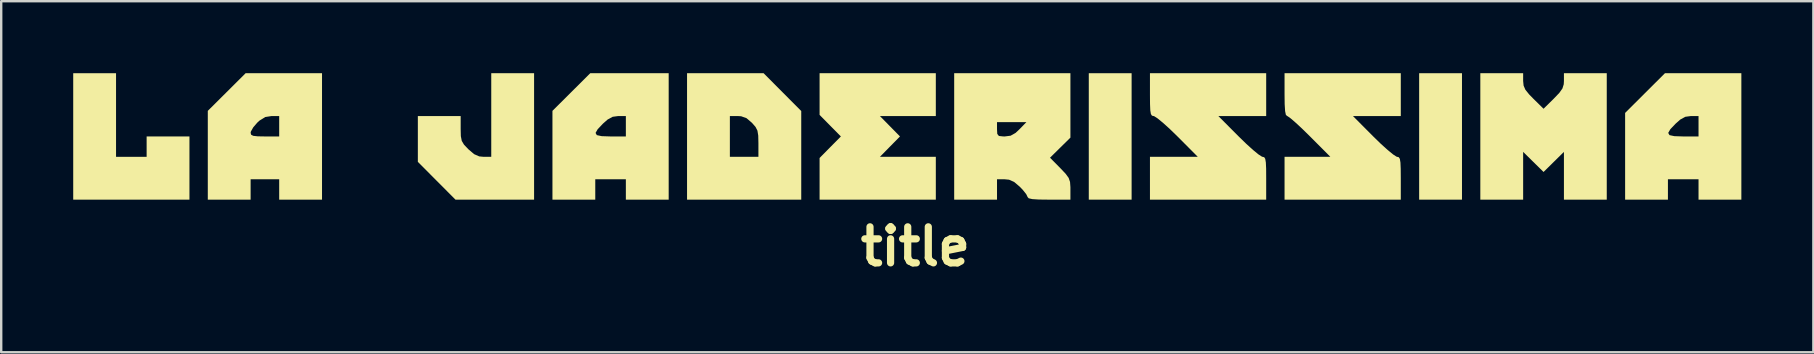
<source format=kicad_pcb>
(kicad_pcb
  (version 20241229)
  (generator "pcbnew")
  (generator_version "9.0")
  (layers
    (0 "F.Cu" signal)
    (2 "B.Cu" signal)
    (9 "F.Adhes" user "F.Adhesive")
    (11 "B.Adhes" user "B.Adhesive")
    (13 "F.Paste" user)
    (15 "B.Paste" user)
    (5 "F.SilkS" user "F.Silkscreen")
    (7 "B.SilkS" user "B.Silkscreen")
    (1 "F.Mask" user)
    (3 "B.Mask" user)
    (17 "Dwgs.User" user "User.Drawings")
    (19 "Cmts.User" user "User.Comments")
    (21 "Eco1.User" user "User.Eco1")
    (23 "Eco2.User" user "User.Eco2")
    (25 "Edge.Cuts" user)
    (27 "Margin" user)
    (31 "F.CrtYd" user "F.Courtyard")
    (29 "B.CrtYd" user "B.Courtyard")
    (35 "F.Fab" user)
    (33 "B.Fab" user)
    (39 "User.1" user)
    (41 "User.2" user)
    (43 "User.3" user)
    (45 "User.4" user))
  (footprint "title"
    (layer "F.Cu")
    (at 35.084 7.221)
    (property "Reference" "title" (at 0 0 0) (layer "F.SilkS") (effects (font (size 1.5 1.5) (thickness 0.3))))
    (attr board_only exclude_from_pos_files exclude_from_bom)
    (fp_poly (pts (xy 9.005 -4.587) (xy 9.005 -1.954) (xy 8.113 -1.954) (xy 7.221 -1.954) (xy 7.221 -4.587) (xy 7.221 -7.221) (xy 8.113 -7.221) (xy 9.005 -7.221)) (stroke (width 0) (type solid)) (fill yes) (layer "F.SilkS"))
    (fp_poly (pts (xy 22.767 -4.587) (xy 22.767 -1.954) (xy 21.875 -1.954) (xy 20.983 -1.954) (xy 20.983 -4.587) (xy 20.983 -7.221) (xy 21.875 -7.221) (xy 22.767 -7.221)) (stroke (width 0) (type solid)) (fill yes) (layer "F.SilkS"))
    (fp_poly (pts (xy -33.3 -5.479) (xy -33.3 -3.738) (xy -32.663 -3.738) (xy -32.026 -3.738) (xy -32.026 -4.163) (xy -32.026 -4.587) (xy -31.134 -4.587) (xy -30.242 -4.587) (xy -30.242 -3.271) (xy -30.242 -1.954) (xy -32.663 -1.954) (xy -35.084 -1.954) (xy -35.084 -4.587) (xy -35.084 -7.221) (xy -34.192 -7.221) (xy -33.3 -7.221)) (stroke (width 0) (type solid)) (fill yes) (layer "F.SilkS"))
    (fp_poly (pts (xy -15.886 -4.587) (xy -15.886 -1.954) (xy -17.523 -1.954) (xy -19.16 -1.954) (xy -19.944 -2.741) (xy -20.728 -3.529) (xy -20.728 -4.483) (xy -20.728 -5.437) (xy -19.836 -5.437) (xy -18.944 -5.437) (xy -18.944 -4.902) (xy -18.937 -4.6) (xy -18.899 -4.403) (xy -18.805 -4.245) (xy -18.632 -4.063) (xy -18.622 -4.052) (xy -18.383 -3.849) (xy -18.171 -3.756) (xy -17.985 -3.738) (xy -17.67 -3.738) (xy -17.67 -5.479) (xy -17.67 -7.221) (xy -16.778 -7.221) (xy -15.886 -7.221)) (stroke (width 0) (type solid)) (fill yes) (layer "F.SilkS"))
    (fp_poly (pts (xy 0.849 -6.329) (xy 0.849 -5.437) (xy -0.315 -5.437) (xy -1.48 -5.437) (xy -1.062 -5.012) (xy -0.644 -4.587) (xy -1.062 -4.163) (xy -1.48 -3.738) (xy -0.315 -3.738) (xy 0.849 -3.738) (xy 0.849 -2.846) (xy 0.849 -1.954) (xy -1.572 -1.954) (xy -3.993 -1.954) (xy -3.993 -2.822) (xy -3.993 -3.69) (xy -3.55 -4.139) (xy -3.106 -4.587) (xy -3.55 -5.036) (xy -3.993 -5.485) (xy -3.993 -6.353) (xy -3.993 -7.221) (xy -1.572 -7.221) (xy 0.849 -7.221)) (stroke (width 0) (type solid)) (fill yes) (layer "F.SilkS"))
    (fp_poly (pts (xy -5.541 -6.433) (xy -4.757 -5.646) (xy -4.757 -3.8) (xy -4.757 -1.954) (xy -7.136 -1.954) (xy -9.514 -1.954) (xy -9.514 -4.587) (xy -7.73 -4.587) (xy -7.73 -3.738) (xy -7.136 -3.738) (xy -6.541 -3.738) (xy -6.541 -4.307) (xy -6.548 -4.623) (xy -6.582 -4.829) (xy -6.662 -4.985) (xy -6.807 -5.151) (xy -6.813 -5.157) (xy -7.038 -5.349) (xy -7.261 -5.428) (xy -7.407 -5.437) (xy -7.73 -5.437) (xy -7.73 -4.587) (xy -9.514 -4.587) (xy -9.514 -7.221) (xy -7.92 -7.221) (xy -6.325 -7.221)) (stroke (width 0) (type solid)) (fill yes) (layer "F.SilkS"))
    (fp_poly (pts (xy 25.315 -6.899) (xy 25.334 -6.704) (xy 25.408 -6.533) (xy 25.567 -6.336) (xy 25.74 -6.159) (xy 26.165 -5.741) (xy 26.589 -6.159) (xy 26.822 -6.402) (xy 26.952 -6.586) (xy 27.006 -6.76) (xy 27.014 -6.899) (xy 27.014 -7.221) (xy 27.906 -7.221) (xy 28.798 -7.221) (xy 28.798 -4.587) (xy 28.798 -1.954) (xy 27.906 -1.954) (xy 27.014 -1.954) (xy 27.014 -2.949) (xy 27.014 -3.944) (xy 26.589 -3.525) (xy 26.165 -3.107) (xy 25.74 -3.525) (xy 25.315 -3.944) (xy 25.315 -2.949) (xy 25.315 -1.954) (xy 24.423 -1.954) (xy 23.531 -1.954) (xy 23.531 -4.587) (xy 23.531 -7.221) (xy 24.423 -7.221) (xy 25.315 -7.221)) (stroke (width 0) (type solid)) (fill yes) (layer "F.SilkS"))
    (fp_poly (pts (xy -10.279 -4.587) (xy -10.279 -1.954) (xy -11.171 -1.954) (xy -12.063 -1.954) (xy -12.063 -2.379) (xy -12.063 -2.803) (xy -12.7 -2.803) (xy -13.337 -2.803) (xy -13.337 -2.379) (xy -13.337 -1.954) (xy -14.229 -1.954) (xy -15.121 -1.954) (xy -15.121 -3.803) (xy -15.121 -4.734) (xy -13.325 -4.734) (xy -13.273 -4.642) (xy -13.069 -4.599) (xy -12.706 -4.587) (xy -12.7 -4.587) (xy -12.063 -4.587) (xy -12.063 -5.012) (xy -12.063 -5.437) (xy -12.378 -5.437) (xy -12.613 -5.406) (xy -12.825 -5.29) (xy -13.015 -5.122) (xy -13.236 -4.889) (xy -13.325 -4.734) (xy -15.121 -4.734) (xy -15.121 -5.653) (xy -14.334 -6.437) (xy -13.546 -7.221) (xy -11.913 -7.221) (xy -10.279 -7.221)) (stroke (width 0) (type solid)) (fill yes) (layer "F.SilkS"))
    (fp_poly (pts (xy 34.405 -4.587) (xy 34.405 -1.954) (xy 33.513 -1.954) (xy 32.621 -1.954) (xy 32.621 -2.379) (xy 32.621 -2.803) (xy 31.984 -2.803) (xy 31.346 -2.803) (xy 31.346 -2.379) (xy 31.346 -1.954) (xy 30.455 -1.954) (xy 29.563 -1.954) (xy 29.563 -3.761) (xy 29.563 -4.734) (xy 31.358 -4.734) (xy 31.411 -4.642) (xy 31.614 -4.599) (xy 31.978 -4.587) (xy 31.984 -4.587) (xy 32.621 -4.587) (xy 32.621 -5.012) (xy 32.621 -5.437) (xy 32.306 -5.437) (xy 32.071 -5.406) (xy 31.859 -5.29) (xy 31.669 -5.122) (xy 31.447 -4.889) (xy 31.358 -4.734) (xy 29.563 -4.734) (xy 29.563 -5.567) (xy 30.392 -6.394) (xy 31.222 -7.221) (xy 32.813 -7.221) (xy 34.405 -7.221)) (stroke (width 0) (type solid)) (fill yes) (layer "F.SilkS"))
    (fp_poly (pts (xy -24.72 -4.587) (xy -24.72 -1.954) (xy -25.612 -1.954) (xy -26.504 -1.954) (xy -26.504 -2.379) (xy -26.504 -2.803) (xy -27.099 -2.803) (xy -27.694 -2.803) (xy -27.694 -2.379) (xy -27.694 -1.954) (xy -28.586 -1.954) (xy -29.478 -1.954) (xy -29.478 -3.803) (xy -29.478 -4.741) (xy -27.694 -4.741) (xy -27.673 -4.659) (xy -27.586 -4.613) (xy -27.398 -4.592) (xy -27.099 -4.587) (xy -26.504 -4.587) (xy -26.504 -5.012) (xy -26.504 -5.437) (xy -26.819 -5.437) (xy -27.084 -5.396) (xy -27.322 -5.249) (xy -27.414 -5.165) (xy -27.583 -4.969) (xy -27.683 -4.793) (xy -27.694 -4.741) (xy -29.478 -4.741) (xy -29.478 -5.653) (xy -28.69 -6.437) (xy -27.903 -7.221) (xy -26.312 -7.221) (xy -24.72 -7.221)) (stroke (width 0) (type solid)) (fill yes) (layer "F.SilkS"))
    (fp_poly (pts (xy 20.218 -6.329) (xy 20.218 -5.437) (xy 19.221 -5.437) (xy 18.225 -5.437) (xy 19.071 -4.587) (xy 19.387 -4.28) (xy 19.672 -4.023) (xy 19.899 -3.837) (xy 20.043 -3.744) (xy 20.068 -3.738) (xy 20.135 -3.721) (xy 20.179 -3.652) (xy 20.204 -3.501) (xy 20.215 -3.238) (xy 20.218 -2.846) (xy 20.218 -1.954) (xy 17.797 -1.954) (xy 15.376 -1.954) (xy 15.376 -2.846) (xy 15.376 -3.738) (xy 16.33 -3.738) (xy 17.284 -3.738) (xy 16.438 -4.587) (xy 16.126 -4.893) (xy 15.849 -5.151) (xy 15.634 -5.337) (xy 15.504 -5.43) (xy 15.484 -5.437) (xy 15.432 -5.485) (xy 15.399 -5.642) (xy 15.381 -5.928) (xy 15.376 -6.329) (xy 15.376 -7.221) (xy 17.797 -7.221) (xy 20.218 -7.221)) (stroke (width 0) (type solid)) (fill yes) (layer "F.SilkS"))
    (fp_poly (pts (xy 14.611 -6.329) (xy 14.611 -5.437) (xy 13.615 -5.437) (xy 12.618 -5.437) (xy 13.465 -4.587) (xy 13.781 -4.28) (xy 14.065 -4.023) (xy 14.292 -3.837) (xy 14.437 -3.744) (xy 14.461 -3.738) (xy 14.529 -3.721) (xy 14.572 -3.652) (xy 14.597 -3.501) (xy 14.609 -3.238) (xy 14.611 -2.846) (xy 14.611 -1.954) (xy 12.19 -1.954) (xy 9.769 -1.954) (xy 9.769 -2.846) (xy 9.769 -3.738) (xy 10.766 -3.738) (xy 11.762 -3.738) (xy 10.916 -4.587) (xy 10.6 -4.894) (xy 10.315 -5.152) (xy 10.088 -5.338) (xy 9.944 -5.431) (xy 9.919 -5.437) (xy 9.852 -5.453) (xy 9.808 -5.522) (xy 9.783 -5.674) (xy 9.772 -5.936) (xy 9.769 -6.329) (xy 9.769 -7.221) (xy 12.19 -7.221) (xy 14.611 -7.221)) (stroke (width 0) (type solid)) (fill yes) (layer "F.SilkS"))
    (fp_poly (pts (xy 6.456 -5.88) (xy 6.456 -4.538) (xy 6.031 -4.12) (xy 5.606 -3.701) (xy 6.031 -3.271) (xy 6.255 -3.035) (xy 6.382 -2.861) (xy 6.44 -2.693) (xy 6.456 -2.474) (xy 6.456 -2.397) (xy 6.456 -1.954) (xy 5.564 -1.954) (xy 5.142 -1.959) (xy 4.867 -1.977) (xy 4.718 -2.011) (xy 4.672 -2.063) (xy 4.672 -2.064) (xy 4.615 -2.182) (xy 4.47 -2.364) (xy 4.35 -2.489) (xy 4.111 -2.692) (xy 3.9 -2.785) (xy 3.713 -2.803) (xy 3.398 -2.803) (xy 3.398 -2.379) (xy 3.398 -1.954) (xy 2.506 -1.954) (xy 1.614 -1.954) (xy 1.614 -4.587) (xy 1.614 -4.885) (xy 3.398 -4.885) (xy 3.409 -4.691) (xy 3.477 -4.607) (xy 3.65 -4.588) (xy 3.721 -4.587) (xy 3.965 -4.618) (xy 4.171 -4.734) (xy 4.332 -4.885) (xy 4.621 -5.182) (xy 4.009 -5.182) (xy 3.398 -5.182) (xy 3.398 -4.885) (xy 1.614 -4.885) (xy 1.614 -7.221) (xy 4.035 -7.221) (xy 6.456 -7.221)) (stroke (width 0) (type solid)) (fill yes) (layer "F.SilkS")))
  (gr_rect
    (start -3 -3)
    (end 72.489 11.625)
    (stroke (width 0.1) (type default))
    (fill no)
    (layer "Edge.Cuts")))
</source>
